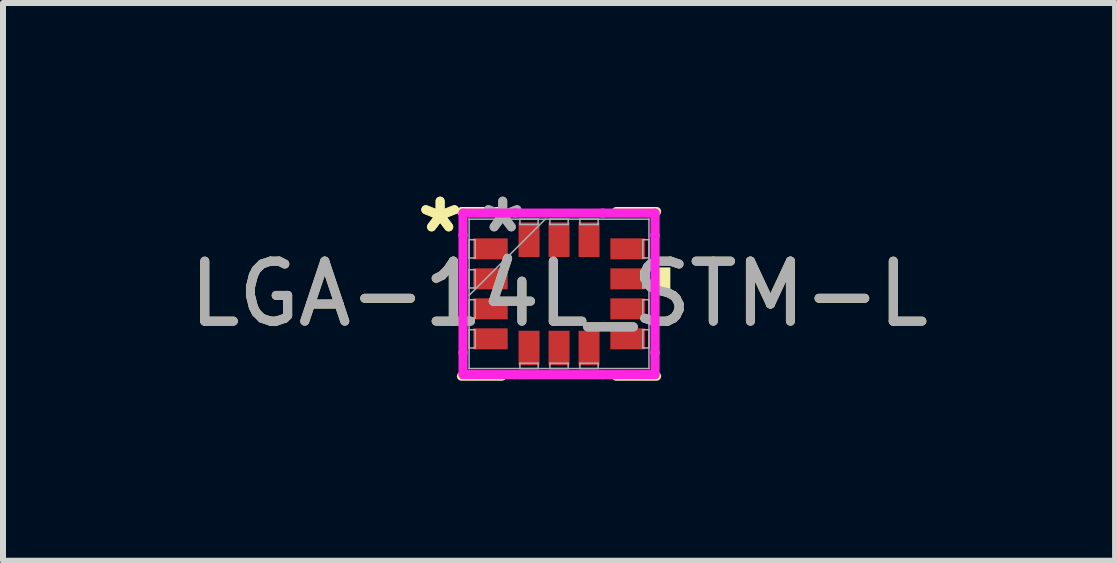
<source format=kicad_pcb>
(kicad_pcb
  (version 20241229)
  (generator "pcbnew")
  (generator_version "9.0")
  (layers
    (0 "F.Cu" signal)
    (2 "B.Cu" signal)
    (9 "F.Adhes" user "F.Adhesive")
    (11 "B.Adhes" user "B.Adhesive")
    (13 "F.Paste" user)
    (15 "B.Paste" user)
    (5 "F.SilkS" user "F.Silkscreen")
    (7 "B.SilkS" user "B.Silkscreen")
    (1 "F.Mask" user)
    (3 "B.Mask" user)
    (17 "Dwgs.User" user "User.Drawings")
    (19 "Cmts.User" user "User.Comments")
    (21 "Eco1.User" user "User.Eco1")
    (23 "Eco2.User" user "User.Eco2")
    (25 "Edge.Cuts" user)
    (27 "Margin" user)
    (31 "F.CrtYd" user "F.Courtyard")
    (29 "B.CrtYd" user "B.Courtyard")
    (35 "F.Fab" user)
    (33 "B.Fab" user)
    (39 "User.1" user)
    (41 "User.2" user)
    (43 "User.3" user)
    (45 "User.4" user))
  (footprint "LGA-14L_STM-L"
    (layer "F.Cu")
    (at 6.268 1.848)
    (property "Reference" "LGA-14L_STM-L" (at 0 0 0) (unlocked yes) (layer "F.SilkS") (effects (font (size 1 1) (thickness 0.15))))
    (attr smd)
    (fp_line (start -1.626 1.372) (end -0.953 1.372) (stroke (width 0.152) (type solid)) (layer "F.SilkS"))
    (fp_line (start -0.953 -1.372) (end -1.626 -1.372) (stroke (width 0.152) (type solid)) (layer "F.SilkS"))
    (fp_line (start 0.953 1.372) (end 1.626 1.372) (stroke (width 0.152) (type solid)) (layer "F.SilkS"))
    (fp_line (start 1.626 -1.372) (end 0.953 -1.372) (stroke (width 0.152) (type solid)) (layer "F.SilkS"))
    (fp_poly (pts (xy 1.855 -0.441) (xy 1.855 -0.059) (xy 1.601 -0.059) (xy 1.601 -0.441)) (stroke (width 0) (type solid)) (fill yes) (layer "F.SilkS"))
    (fp_line (start -1.6 -1.346) (end -0.729 -1.346) (stroke (width 0.152) (type solid)) (layer "F.CrtYd"))
    (fp_line (start -1.6 -0.979) (end -1.6 -1.346) (stroke (width 0.152) (type solid)) (layer "F.CrtYd"))
    (fp_line (start -1.6 -0.979) (end -1.6 -0.979) (stroke (width 0.152) (type solid)) (layer "F.CrtYd"))
    (fp_line (start -1.6 0.979) (end -1.6 -0.979) (stroke (width 0.152) (type solid)) (layer "F.CrtYd"))
    (fp_line (start -1.6 0.979) (end -1.6 0.979) (stroke (width 0.152) (type solid)) (layer "F.CrtYd"))
    (fp_line (start -1.6 1.346) (end -1.6 0.979) (stroke (width 0.152) (type solid)) (layer "F.CrtYd"))
    (fp_line (start -0.729 -1.346) (end -0.729 -1.346) (stroke (width 0.152) (type solid)) (layer "F.CrtYd"))
    (fp_line (start -0.729 -1.346) (end 0.729 -1.346) (stroke (width 0.152) (type solid)) (layer "F.CrtYd"))
    (fp_line (start -0.729 1.346) (end -1.6 1.346) (stroke (width 0.152) (type solid)) (layer "F.CrtYd"))
    (fp_line (start -0.729 1.346) (end -0.729 1.346) (stroke (width 0.152) (type solid)) (layer "F.CrtYd"))
    (fp_line (start 0.729 -1.346) (end 0.729 -1.346) (stroke (width 0.152) (type solid)) (layer "F.CrtYd"))
    (fp_line (start 0.729 -1.346) (end 1.6 -1.346) (stroke (width 0.152) (type solid)) (layer "F.CrtYd"))
    (fp_line (start 0.729 1.346) (end -0.729 1.346) (stroke (width 0.152) (type solid)) (layer "F.CrtYd"))
    (fp_line (start 0.729 1.346) (end 0.729 1.346) (stroke (width 0.152) (type solid)) (layer "F.CrtYd"))
    (fp_line (start 1.6 -1.346) (end 1.6 -0.979) (stroke (width 0.152) (type solid)) (layer "F.CrtYd"))
    (fp_line (start 1.6 -0.979) (end 1.6 -0.979) (stroke (width 0.152) (type solid)) (layer "F.CrtYd"))
    (fp_line (start 1.6 -0.979) (end 1.6 0.979) (stroke (width 0.152) (type solid)) (layer "F.CrtYd"))
    (fp_line (start 1.6 0.979) (end 1.6 0.979) (stroke (width 0.152) (type solid)) (layer "F.CrtYd"))
    (fp_line (start 1.6 0.979) (end 1.6 1.346) (stroke (width 0.152) (type solid)) (layer "F.CrtYd"))
    (fp_line (start 1.6 1.346) (end 0.729 1.346) (stroke (width 0.152) (type solid)) (layer "F.CrtYd"))
    (fp_line (start -1.499 -1.245) (end -1.499 -1.245) (stroke (width 0.025) (type solid)) (layer "F.Fab"))
    (fp_line (start -1.499 -1.245) (end -1.499 1.245) (stroke (width 0.025) (type solid)) (layer "F.Fab"))
    (fp_line (start -1.499 -0.902) (end -1.397 -0.902) (stroke (width 0.025) (type solid)) (layer "F.Fab"))
    (fp_line (start -1.499 -0.598) (end -1.499 -0.902) (stroke (width 0.025) (type solid)) (layer "F.Fab"))
    (fp_line (start -1.499 -0.402) (end -1.397 -0.402) (stroke (width 0.025) (type solid)) (layer "F.Fab"))
    (fp_line (start -1.499 -0.098) (end -1.499 -0.402) (stroke (width 0.025) (type solid)) (layer "F.Fab"))
    (fp_line (start -1.499 0.025) (end -0.229 -1.245) (stroke (width 0.025) (type solid)) (layer "F.Fab"))
    (fp_line (start -1.499 0.098) (end -1.397 0.098) (stroke (width 0.025) (type solid)) (layer "F.Fab"))
    (fp_line (start -1.499 0.402) (end -1.499 0.098) (stroke (width 0.025) (type solid)) (layer "F.Fab"))
    (fp_line (start -1.499 0.598) (end -1.397 0.598) (stroke (width 0.025) (type solid)) (layer "F.Fab"))
    (fp_line (start -1.499 0.902) (end -1.499 0.598) (stroke (width 0.025) (type solid)) (layer "F.Fab"))
    (fp_line (start -1.499 1.245) (end -1.499 1.245) (stroke (width 0.025) (type solid)) (layer "F.Fab"))
    (fp_line (start -1.499 1.245) (end 1.499 1.245) (stroke (width 0.025) (type solid)) (layer "F.Fab"))
    (fp_line (start -1.397 -0.902) (end -1.397 -0.598) (stroke (width 0.025) (type solid)) (layer "F.Fab"))
    (fp_line (start -1.397 -0.598) (end -1.499 -0.598) (stroke (width 0.025) (type solid)) (layer "F.Fab"))
    (fp_line (start -1.397 -0.402) (end -1.397 -0.098) (stroke (width 0.025) (type solid)) (layer "F.Fab"))
    (fp_line (start -1.397 -0.098) (end -1.499 -0.098) (stroke (width 0.025) (type solid)) (layer "F.Fab"))
    (fp_line (start -1.397 0.098) (end -1.397 0.402) (stroke (width 0.025) (type solid)) (layer "F.Fab"))
    (fp_line (start -1.397 0.402) (end -1.499 0.402) (stroke (width 0.025) (type solid)) (layer "F.Fab"))
    (fp_line (start -1.397 0.598) (end -1.397 0.902) (stroke (width 0.025) (type solid)) (layer "F.Fab"))
    (fp_line (start -1.397 0.902) (end -1.499 0.902) (stroke (width 0.025) (type solid)) (layer "F.Fab"))
    (fp_line (start -0.652 -1.245) (end -0.348 -1.245) (stroke (width 0.025) (type solid)) (layer "F.Fab"))
    (fp_line (start -0.652 -1.156) (end -0.652 -1.245) (stroke (width 0.025) (type solid)) (layer "F.Fab"))
    (fp_line (start -0.652 1.156) (end -0.348 1.156) (stroke (width 0.025) (type solid)) (layer "F.Fab"))
    (fp_line (start -0.652 1.245) (end -0.652 1.156) (stroke (width 0.025) (type solid)) (layer "F.Fab"))
    (fp_line (start -0.348 -1.245) (end -0.348 -1.156) (stroke (width 0.025) (type solid)) (layer "F.Fab"))
    (fp_line (start -0.348 -1.156) (end -0.652 -1.156) (stroke (width 0.025) (type solid)) (layer "F.Fab"))
    (fp_line (start -0.348 1.156) (end -0.348 1.245) (stroke (width 0.025) (type solid)) (layer "F.Fab"))
    (fp_line (start -0.348 1.245) (end -0.652 1.245) (stroke (width 0.025) (type solid)) (layer "F.Fab"))
    (fp_line (start -0.152 -1.245) (end 0.152 -1.245) (stroke (width 0.025) (type solid)) (layer "F.Fab"))
    (fp_line (start -0.152 -1.156) (end -0.152 -1.245) (stroke (width 0.025) (type solid)) (layer "F.Fab"))
    (fp_line (start -0.152 1.156) (end 0.152 1.156) (stroke (width 0.025) (type solid)) (layer "F.Fab"))
    (fp_line (start -0.152 1.245) (end -0.152 1.156) (stroke (width 0.025) (type solid)) (layer "F.Fab"))
    (fp_line (start 0.152 -1.245) (end 0.152 -1.156) (stroke (width 0.025) (type solid)) (layer "F.Fab"))
    (fp_line (start 0.152 -1.156) (end -0.152 -1.156) (stroke (width 0.025) (type solid)) (layer "F.Fab"))
    (fp_line (start 0.152 1.156) (end 0.152 1.245) (stroke (width 0.025) (type solid)) (layer "F.Fab"))
    (fp_line (start 0.152 1.245) (end -0.152 1.245) (stroke (width 0.025) (type solid)) (layer "F.Fab"))
    (fp_line (start 0.348 -1.245) (end 0.652 -1.245) (stroke (width 0.025) (type solid)) (layer "F.Fab"))
    (fp_line (start 0.348 -1.156) (end 0.348 -1.245) (stroke (width 0.025) (type solid)) (layer "F.Fab"))
    (fp_line (start 0.348 1.156) (end 0.652 1.156) (stroke (width 0.025) (type solid)) (layer "F.Fab"))
    (fp_line (start 0.348 1.245) (end 0.348 1.156) (stroke (width 0.025) (type solid)) (layer "F.Fab"))
    (fp_line (start 0.652 -1.245) (end 0.652 -1.156) (stroke (width 0.025) (type solid)) (layer "F.Fab"))
    (fp_line (start 0.652 -1.156) (end 0.348 -1.156) (stroke (width 0.025) (type solid)) (layer "F.Fab"))
    (fp_line (start 0.652 1.156) (end 0.652 1.245) (stroke (width 0.025) (type solid)) (layer "F.Fab"))
    (fp_line (start 0.652 1.245) (end 0.348 1.245) (stroke (width 0.025) (type solid)) (layer "F.Fab"))
    (fp_line (start 1.397 -0.902) (end 1.499 -0.902) (stroke (width 0.025) (type solid)) (layer "F.Fab"))
    (fp_line (start 1.397 -0.598) (end 1.397 -0.902) (stroke (width 0.025) (type solid)) (layer "F.Fab"))
    (fp_line (start 1.397 -0.402) (end 1.499 -0.402) (stroke (width 0.025) (type solid)) (layer "F.Fab"))
    (fp_line (start 1.397 -0.098) (end 1.397 -0.402) (stroke (width 0.025) (type solid)) (layer "F.Fab"))
    (fp_line (start 1.397 0.098) (end 1.499 0.098) (stroke (width 0.025) (type solid)) (layer "F.Fab"))
    (fp_line (start 1.397 0.402) (end 1.397 0.098) (stroke (width 0.025) (type solid)) (layer "F.Fab"))
    (fp_line (start 1.397 0.598) (end 1.499 0.598) (stroke (width 0.025) (type solid)) (layer "F.Fab"))
    (fp_line (start 1.397 0.902) (end 1.397 0.598) (stroke (width 0.025) (type solid)) (layer "F.Fab"))
    (fp_line (start 1.499 -1.245) (end -1.499 -1.245) (stroke (width 0.025) (type solid)) (layer "F.Fab"))
    (fp_line (start 1.499 -1.245) (end 1.499 -1.245) (stroke (width 0.025) (type solid)) (layer "F.Fab"))
    (fp_line (start 1.499 -0.902) (end 1.499 -0.598) (stroke (width 0.025) (type solid)) (layer "F.Fab"))
    (fp_line (start 1.499 -0.598) (end 1.397 -0.598) (stroke (width 0.025) (type solid)) (layer "F.Fab"))
    (fp_line (start 1.499 -0.402) (end 1.499 -0.098) (stroke (width 0.025) (type solid)) (layer "F.Fab"))
    (fp_line (start 1.499 -0.098) (end 1.397 -0.098) (stroke (width 0.025) (type solid)) (layer "F.Fab"))
    (fp_line (start 1.499 0.098) (end 1.499 0.402) (stroke (width 0.025) (type solid)) (layer "F.Fab"))
    (fp_line (start 1.499 0.402) (end 1.397 0.402) (stroke (width 0.025) (type solid)) (layer "F.Fab"))
    (fp_line (start 1.499 0.598) (end 1.499 0.902) (stroke (width 0.025) (type solid)) (layer "F.Fab"))
    (fp_line (start 1.499 0.902) (end 1.397 0.902) (stroke (width 0.025) (type solid)) (layer "F.Fab"))
    (fp_line (start 1.499 1.245) (end 1.499 -1.245) (stroke (width 0.025) (type solid)) (layer "F.Fab"))
    (fp_line (start 1.499 1.245) (end 1.499 1.245) (stroke (width 0.025) (type solid)) (layer "F.Fab"))
    (fp_text user "*" (at -1.982 -1 0) (unlocked yes) (layer "F.SilkS") (effects (font (size 1 1) (thickness 0.15))))
    (fp_text user "*" (at -1.982 -1 0) (layer "F.SilkS") (effects (font (size 1 1) (thickness 0.15))))
    (fp_text user "*" (at -0.939 -1 0) (unlocked yes) (layer "F.Fab") (effects (font (size 1 1) (thickness 0.15))))
    (fp_text user "*" (at -0.939 -1 0) (layer "F.Fab") (effects (font (size 1 1) (thickness 0.15))))
    (fp_text user "${REFERENCE}" (at 0 0 0) (unlocked yes) (layer "F.Fab") (effects (font (size 1 1) (thickness 0.15))))
    (pad "1" smd rect (at -1.143 -0.75 90) (size 0.35 0.575) (layers "F.Cu" "F.Mask" "F.Paste"))
    (pad "2" smd rect (at -1.143 -0.25 90) (size 0.35 0.575) (layers "F.Cu" "F.Mask" "F.Paste"))
    (pad "3" smd rect (at -1.143 0.25 90) (size 0.35 0.575) (layers "F.Cu" "F.Mask" "F.Paste"))
    (pad "4" smd rect (at -1.143 0.75 90) (size 0.35 0.575) (layers "F.Cu" "F.Mask" "F.Paste"))
    (pad "5" smd rect (at -0.5 0.902) (size 0.35 0.575) (layers "F.Cu" "F.Mask" "F.Paste"))
    (pad "6" smd rect (at 0 0.902) (size 0.35 0.575) (layers "F.Cu" "F.Mask" "F.Paste"))
    (pad "7" smd rect (at 0.5 0.902) (size 0.35 0.575) (layers "F.Cu" "F.Mask" "F.Paste"))
    (pad "8" smd rect (at 1.143 0.75 90) (size 0.35 0.575) (layers "F.Cu" "F.Mask" "F.Paste"))
    (pad "9" smd rect (at 1.143 0.25 90) (size 0.35 0.575) (layers "F.Cu" "F.Mask" "F.Paste"))
    (pad "10" smd rect (at 1.143 -0.25 90) (size 0.35 0.575) (layers "F.Cu" "F.Mask" "F.Paste"))
    (pad "11" smd rect (at 1.143 -0.75 90) (size 0.35 0.575) (layers "F.Cu" "F.Mask" "F.Paste"))
    (pad "12" smd rect (at 0.5 -0.902) (size 0.35 0.575) (layers "F.Cu" "F.Mask" "F.Paste"))
    (pad "13" smd rect (at 0 -0.902) (size 0.35 0.575) (layers "F.Cu" "F.Mask" "F.Paste"))
    (pad "14" smd rect (at -0.5 -0.902) (size 0.35 0.575) (layers "F.Cu" "F.Mask" "F.Paste")))
  (gr_rect
    (start -3 -3)
    (end 15.536 6.296)
    (stroke (width 0.1) (type default))
    (fill no)
    (layer "Edge.Cuts")))
</source>
